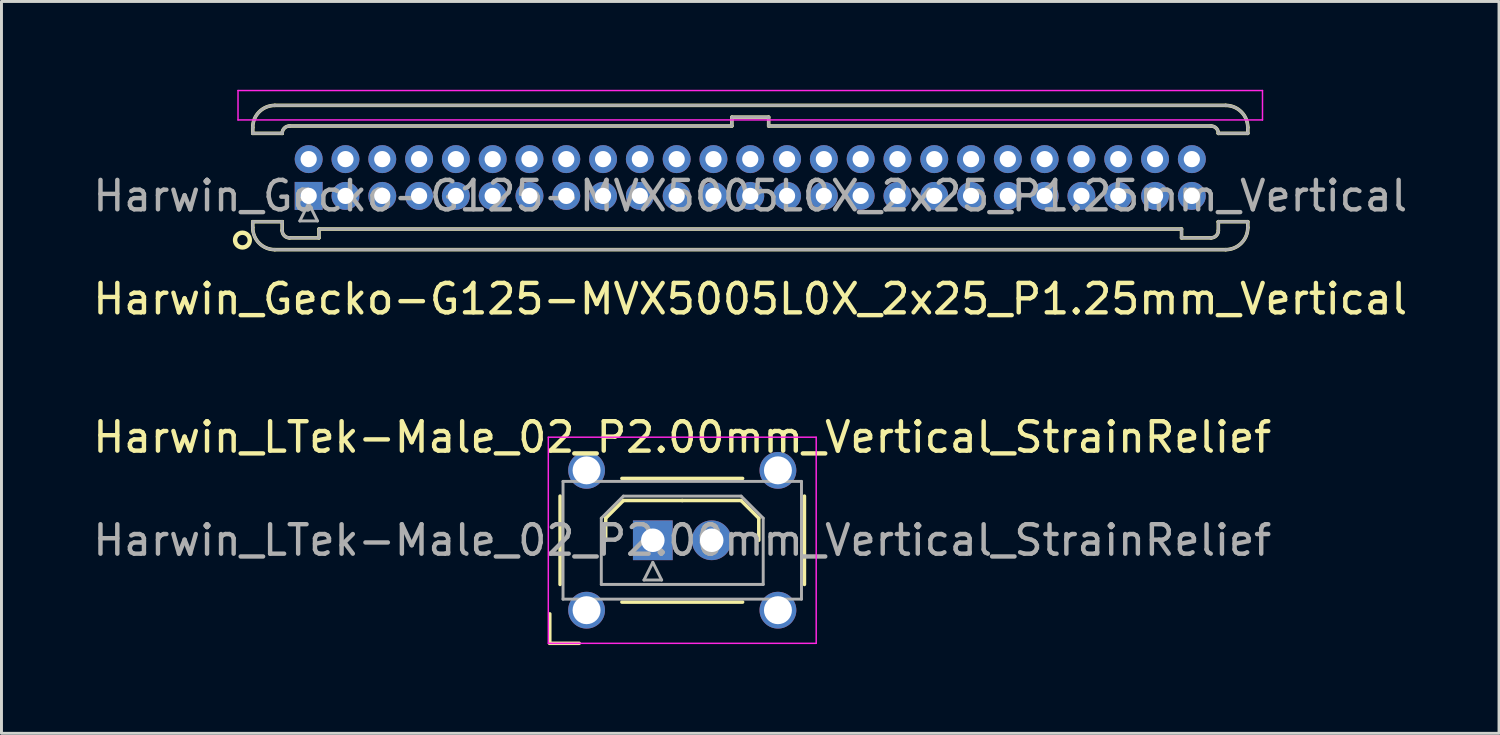
<source format=kicad_pcb>
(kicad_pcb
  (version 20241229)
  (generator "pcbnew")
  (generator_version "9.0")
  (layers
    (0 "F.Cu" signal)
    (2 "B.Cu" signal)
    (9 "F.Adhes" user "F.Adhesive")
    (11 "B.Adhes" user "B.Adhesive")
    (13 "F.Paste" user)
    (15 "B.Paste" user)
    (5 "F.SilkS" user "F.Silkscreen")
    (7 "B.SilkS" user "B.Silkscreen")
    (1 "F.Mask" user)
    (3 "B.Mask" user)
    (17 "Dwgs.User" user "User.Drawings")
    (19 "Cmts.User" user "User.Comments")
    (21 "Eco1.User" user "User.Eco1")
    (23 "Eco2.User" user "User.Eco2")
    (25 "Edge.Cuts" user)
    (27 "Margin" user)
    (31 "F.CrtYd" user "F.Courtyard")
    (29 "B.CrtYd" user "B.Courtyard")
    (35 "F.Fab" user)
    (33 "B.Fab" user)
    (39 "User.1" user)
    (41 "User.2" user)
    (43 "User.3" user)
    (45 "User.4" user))
  (footprint "Harwin_Gecko-G125-MVX5005L0X_2x25_P1.25mm_Vertical"
    (layer "F.Cu")
    (at 7.435 3.605)
    (property "Reference" "Harwin_Gecko-G125-MVX5005L0X_2x25_P1.25mm_Vertical" (at 15 3.5 0) (layer "F.SilkS") (effects (font (size 1 1) (thickness 0.15))))
    (attr through_hole)
    (fp_line (start -1.9 -2.325) (end -1.9 -2.125) (stroke (width 0.12) (type solid)) (layer "F.SilkS"))
    (fp_line (start -1.9 -2.125) (end -0.9 -2.125) (stroke (width 0.12) (type solid)) (layer "F.SilkS"))
    (fp_line (start -1.9 0.875) (end -0.9 0.875) (stroke (width 0.12) (type solid)) (layer "F.SilkS"))
    (fp_line (start -1.9 1.075) (end -1.9 0.875) (stroke (width 0.12) (type solid)) (layer "F.SilkS"))
    (fp_line (start -1.15 -3.075) (end 31.15 -3.075) (stroke (width 0.12) (type solid)) (layer "F.SilkS"))
    (fp_line (start -1.15 1.825) (end 31.15 1.825) (stroke (width 0.12) (type solid)) (layer "F.SilkS"))
    (fp_line (start -0.9 -2.125) (end -0.9 -2.125) (stroke (width 0.12) (type solid)) (layer "F.SilkS"))
    (fp_line (start -0.9 0.875) (end -0.9 0.875) (stroke (width 0.12) (type solid)) (layer "F.SilkS"))
    (fp_line (start -0.9 1.175) (end -0.9 0.875) (stroke (width 0.12) (type solid)) (layer "F.SilkS"))
    (fp_line (start -0.65 -2.375) (end 14.375 -2.375) (stroke (width 0.12) (type solid)) (layer "F.SilkS"))
    (fp_line (start -0.65 1.425) (end 0.35 1.425) (stroke (width 0.12) (type solid)) (layer "F.SilkS"))
    (fp_line (start 0.35 1.125) (end 29.65 1.125) (stroke (width 0.12) (type solid)) (layer "F.SilkS"))
    (fp_line (start 0.35 1.425) (end 0.35 1.125) (stroke (width 0.12) (type solid)) (layer "F.SilkS"))
    (fp_line (start 14.375 -2.675) (end 15.625 -2.675) (stroke (width 0.12) (type solid)) (layer "F.SilkS"))
    (fp_line (start 14.375 -2.375) (end 14.375 -2.675) (stroke (width 0.12) (type solid)) (layer "F.SilkS"))
    (fp_line (start 15.625 -2.675) (end 15.625 -2.375) (stroke (width 0.12) (type solid)) (layer "F.SilkS"))
    (fp_line (start 15.625 -2.375) (end 30.65 -2.375) (stroke (width 0.12) (type solid)) (layer "F.SilkS"))
    (fp_line (start 29.65 1.125) (end 29.65 1.425) (stroke (width 0.12) (type solid)) (layer "F.SilkS"))
    (fp_line (start 29.65 1.425) (end 30.65 1.425) (stroke (width 0.12) (type solid)) (layer "F.SilkS"))
    (fp_line (start 30.9 -2.125) (end 30.9 -2.125) (stroke (width 0.12) (type solid)) (layer "F.SilkS"))
    (fp_line (start 30.9 0.875) (end 30.9 0.875) (stroke (width 0.12) (type solid)) (layer "F.SilkS"))
    (fp_line (start 30.9 1.175) (end 30.9 0.875) (stroke (width 0.12) (type solid)) (layer "F.SilkS"))
    (fp_line (start 31.9 -2.325) (end 31.9 -2.125) (stroke (width 0.12) (type solid)) (layer "F.SilkS"))
    (fp_line (start 31.9 -2.125) (end 30.9 -2.125) (stroke (width 0.12) (type solid)) (layer "F.SilkS"))
    (fp_line (start 31.9 0.875) (end 30.9 0.875) (stroke (width 0.12) (type solid)) (layer "F.SilkS"))
    (fp_line (start 31.9 1.075) (end 31.9 0.875) (stroke (width 0.12) (type solid)) (layer "F.SilkS"))
    (fp_arc (start -1.9 -2.325) (mid -1.68033 -2.85533) (end -1.15 -3.075) (stroke (width 0.12) (type solid)) (layer "F.SilkS"))
    (fp_arc (start -1.15 1.825) (mid -1.68033 1.60533) (end -1.9 1.075) (stroke (width 0.12) (type solid)) (layer "F.SilkS"))
    (fp_arc (start -0.9 -2.125) (mid -0.826777 -2.301777) (end -0.65 -2.375) (stroke (width 0.12) (type solid)) (layer "F.SilkS"))
    (fp_arc (start -0.65 1.425) (mid -0.826777 1.351777) (end -0.9 1.175) (stroke (width 0.12) (type solid)) (layer "F.SilkS"))
    (fp_arc (start 30.65 -2.375) (mid 30.826777 -2.301777) (end 30.9 -2.125) (stroke (width 0.12) (type solid)) (layer "F.SilkS"))
    (fp_arc (start 30.9 1.175) (mid 30.826777 1.351777) (end 30.65 1.425) (stroke (width 0.12) (type solid)) (layer "F.SilkS"))
    (fp_arc (start 31.15 -3.075) (mid 31.68033 -2.85533) (end 31.9 -2.325) (stroke (width 0.12) (type solid)) (layer "F.SilkS"))
    (fp_arc (start 31.9 1.075) (mid 31.68033 1.60533) (end 31.15 1.825) (stroke (width 0.12) (type solid)) (layer "F.SilkS"))
    (fp_circle (center -2.25 1.5) (end -2 1.5) (stroke (width 0.15) (type solid)) (fill no) (layer "F.SilkS"))
    (fp_line (start -2.4 -3.58) (end -2.4 -2.58) (stroke (width 0.05) (type solid)) (layer "F.CrtYd"))
    (fp_line (start -2.4 -2.58) (end 32.4 -2.58) (stroke (width 0.05) (type solid)) (layer "F.CrtYd"))
    (fp_line (start 32.4 -3.58) (end -2.4 -3.58) (stroke (width 0.05) (type solid)) (layer "F.CrtYd"))
    (fp_line (start 32.4 -2.58) (end 32.4 -3.58) (stroke (width 0.05) (type solid)) (layer "F.CrtYd"))
    (fp_line (start -1.9 -2.325) (end -1.9 -2.125) (stroke (width 0.1) (type solid)) (layer "F.Fab"))
    (fp_line (start -1.9 -2.125) (end -0.9 -2.125) (stroke (width 0.1) (type solid)) (layer "F.Fab"))
    (fp_line (start -1.9 0.875) (end -0.9 0.875) (stroke (width 0.1) (type solid)) (layer "F.Fab"))
    (fp_line (start -1.9 1.075) (end -1.9 0.875) (stroke (width 0.1) (type solid)) (layer "F.Fab"))
    (fp_line (start -1.15 -3.075) (end 31.15 -3.075) (stroke (width 0.1) (type solid)) (layer "F.Fab"))
    (fp_line (start -1.15 1.825) (end 31.15 1.825) (stroke (width 0.1) (type solid)) (layer "F.Fab"))
    (fp_line (start -0.9 -2.125) (end -0.9 -2.125) (stroke (width 0.1) (type solid)) (layer "F.Fab"))
    (fp_line (start -0.9 0.875) (end -0.9 0.875) (stroke (width 0.1) (type solid)) (layer "F.Fab"))
    (fp_line (start -0.9 1.175) (end -0.9 0.875) (stroke (width 0.1) (type solid)) (layer "F.Fab"))
    (fp_line (start -0.65 -2.375) (end 14.375 -2.375) (stroke (width 0.1) (type solid)) (layer "F.Fab"))
    (fp_line (start -0.65 1.425) (end 0.35 1.425) (stroke (width 0.1) (type solid)) (layer "F.Fab"))
    (fp_line (start -0.3 0.85) (end 0.3 0.85) (stroke (width 0.1) (type solid)) (layer "F.Fab"))
    (fp_line (start 0 0.25) (end -0.3 0.85) (stroke (width 0.1) (type solid)) (layer "F.Fab"))
    (fp_line (start 0.3 0.85) (end 0 0.25) (stroke (width 0.1) (type solid)) (layer "F.Fab"))
    (fp_line (start 0.35 1.125) (end 29.65 1.125) (stroke (width 0.1) (type solid)) (layer "F.Fab"))
    (fp_line (start 0.35 1.425) (end 0.35 1.125) (stroke (width 0.1) (type solid)) (layer "F.Fab"))
    (fp_line (start 14.375 -2.675) (end 15.625 -2.675) (stroke (width 0.1) (type solid)) (layer "F.Fab"))
    (fp_line (start 14.375 -2.375) (end 14.375 -2.675) (stroke (width 0.1) (type solid)) (layer "F.Fab"))
    (fp_line (start 15.625 -2.675) (end 15.625 -2.375) (stroke (width 0.1) (type solid)) (layer "F.Fab"))
    (fp_line (start 15.625 -2.375) (end 30.65 -2.375) (stroke (width 0.1) (type solid)) (layer "F.Fab"))
    (fp_line (start 29.65 1.125) (end 29.65 1.425) (stroke (width 0.1) (type solid)) (layer "F.Fab"))
    (fp_line (start 29.65 1.425) (end 30.65 1.425) (stroke (width 0.1) (type solid)) (layer "F.Fab"))
    (fp_line (start 30.9 -2.125) (end 30.9 -2.125) (stroke (width 0.1) (type solid)) (layer "F.Fab"))
    (fp_line (start 30.9 0.875) (end 30.9 0.875) (stroke (width 0.1) (type solid)) (layer "F.Fab"))
    (fp_line (start 30.9 1.175) (end 30.9 0.875) (stroke (width 0.1) (type solid)) (layer "F.Fab"))
    (fp_line (start 31.9 -2.325) (end 31.9 -2.125) (stroke (width 0.1) (type solid)) (layer "F.Fab"))
    (fp_line (start 31.9 -2.125) (end 30.9 -2.125) (stroke (width 0.1) (type solid)) (layer "F.Fab"))
    (fp_line (start 31.9 0.875) (end 30.9 0.875) (stroke (width 0.1) (type solid)) (layer "F.Fab"))
    (fp_line (start 31.9 1.075) (end 31.9 0.875) (stroke (width 0.1) (type solid)) (layer "F.Fab"))
    (fp_arc (start -1.9 -2.325) (mid -1.68033 -2.85533) (end -1.15 -3.075) (stroke (width 0.1) (type solid)) (layer "F.Fab"))
    (fp_arc (start -1.15 1.825) (mid -1.68033 1.60533) (end -1.9 1.075) (stroke (width 0.1) (type solid)) (layer "F.Fab"))
    (fp_arc (start -0.9 -2.125) (mid -0.826777 -2.301777) (end -0.65 -2.375) (stroke (width 0.1) (type solid)) (layer "F.Fab"))
    (fp_arc (start -0.65 1.425) (mid -0.826777 1.351777) (end -0.9 1.175) (stroke (width 0.1) (type solid)) (layer "F.Fab"))
    (fp_arc (start 30.65 -2.375) (mid 30.826777 -2.301777) (end 30.9 -2.125) (stroke (width 0.1) (type solid)) (layer "F.Fab"))
    (fp_arc (start 30.9 1.175) (mid 30.826777 1.351777) (end 30.65 1.425) (stroke (width 0.1) (type solid)) (layer "F.Fab"))
    (fp_arc (start 31.15 -3.075) (mid 31.68033 -2.85533) (end 31.9 -2.325) (stroke (width 0.1) (type solid)) (layer "F.Fab"))
    (fp_arc (start 31.9 1.075) (mid 31.68033 1.60533) (end 31.15 1.825) (stroke (width 0.1) (type solid)) (layer "F.Fab"))
    (fp_text user "${REFERENCE}" (at 15 0 0) (layer "F.Fab") (effects (font (size 1 1) (thickness 0.15))))
    (pad "1" thru_hole rect (at 0 0) (size 0.95 0.95) (drill 0.55) (layers "*.Cu" "*.Mask"))
    (pad "2" thru_hole circle (at 0 -1.25) (size 0.95 0.95) (drill 0.55) (layers "*.Cu" "*.Mask"))
    (pad "3" thru_hole circle (at 1.25 0) (size 0.95 0.95) (drill 0.55) (layers "*.Cu" "*.Mask"))
    (pad "4" thru_hole circle (at 1.25 -1.25) (size 0.95 0.95) (drill 0.55) (layers "*.Cu" "*.Mask"))
    (pad "5" thru_hole circle (at 2.5 0) (size 0.95 0.95) (drill 0.55) (layers "*.Cu" "*.Mask"))
    (pad "6" thru_hole circle (at 2.5 -1.25) (size 0.95 0.95) (drill 0.55) (layers "*.Cu" "*.Mask"))
    (pad "7" thru_hole circle (at 3.75 0) (size 0.95 0.95) (drill 0.55) (layers "*.Cu" "*.Mask"))
    (pad "8" thru_hole circle (at 3.75 -1.25) (size 0.95 0.95) (drill 0.55) (layers "*.Cu" "*.Mask"))
    (pad "9" thru_hole circle (at 5 0) (size 0.95 0.95) (drill 0.55) (layers "*.Cu" "*.Mask"))
    (pad "10" thru_hole circle (at 5 -1.25) (size 0.95 0.95) (drill 0.55) (layers "*.Cu" "*.Mask"))
    (pad "11" thru_hole circle (at 6.25 0) (size 0.95 0.95) (drill 0.55) (layers "*.Cu" "*.Mask"))
    (pad "12" thru_hole circle (at 6.25 -1.25) (size 0.95 0.95) (drill 0.55) (layers "*.Cu" "*.Mask"))
    (pad "13" thru_hole circle (at 7.5 0) (size 0.95 0.95) (drill 0.55) (layers "*.Cu" "*.Mask"))
    (pad "14" thru_hole circle (at 7.5 -1.25) (size 0.95 0.95) (drill 0.55) (layers "*.Cu" "*.Mask"))
    (pad "15" thru_hole circle (at 8.75 0) (size 0.95 0.95) (drill 0.55) (layers "*.Cu" "*.Mask"))
    (pad "16" thru_hole circle (at 8.75 -1.25) (size 0.95 0.95) (drill 0.55) (layers "*.Cu" "*.Mask"))
    (pad "17" thru_hole circle (at 10 0) (size 0.95 0.95) (drill 0.55) (layers "*.Cu" "*.Mask"))
    (pad "18" thru_hole circle (at 10 -1.25) (size 0.95 0.95) (drill 0.55) (layers "*.Cu" "*.Mask"))
    (pad "19" thru_hole circle (at 11.25 0) (size 0.95 0.95) (drill 0.55) (layers "*.Cu" "*.Mask"))
    (pad "20" thru_hole circle (at 11.25 -1.25) (size 0.95 0.95) (drill 0.55) (layers "*.Cu" "*.Mask"))
    (pad "21" thru_hole circle (at 12.5 0) (size 0.95 0.95) (drill 0.55) (layers "*.Cu" "*.Mask"))
    (pad "22" thru_hole circle (at 12.5 -1.25) (size 0.95 0.95) (drill 0.55) (layers "*.Cu" "*.Mask"))
    (pad "23" thru_hole circle (at 13.75 0) (size 0.95 0.95) (drill 0.55) (layers "*.Cu" "*.Mask"))
    (pad "24" thru_hole circle (at 13.75 -1.25) (size 0.95 0.95) (drill 0.55) (layers "*.Cu" "*.Mask"))
    (pad "25" thru_hole circle (at 15 0) (size 0.95 0.95) (drill 0.55) (layers "*.Cu" "*.Mask"))
    (pad "26" thru_hole circle (at 15 -1.25) (size 0.95 0.95) (drill 0.55) (layers "*.Cu" "*.Mask"))
    (pad "27" thru_hole circle (at 16.25 0) (size 0.95 0.95) (drill 0.55) (layers "*.Cu" "*.Mask"))
    (pad "28" thru_hole circle (at 16.25 -1.25) (size 0.95 0.95) (drill 0.55) (layers "*.Cu" "*.Mask"))
    (pad "29" thru_hole circle (at 17.5 0) (size 0.95 0.95) (drill 0.55) (layers "*.Cu" "*.Mask"))
    (pad "30" thru_hole circle (at 17.5 -1.25) (size 0.95 0.95) (drill 0.55) (layers "*.Cu" "*.Mask"))
    (pad "31" thru_hole circle (at 18.75 0) (size 0.95 0.95) (drill 0.55) (layers "*.Cu" "*.Mask"))
    (pad "32" thru_hole circle (at 18.75 -1.25) (size 0.95 0.95) (drill 0.55) (layers "*.Cu" "*.Mask"))
    (pad "33" thru_hole circle (at 20 0) (size 0.95 0.95) (drill 0.55) (layers "*.Cu" "*.Mask"))
    (pad "34" thru_hole circle (at 20 -1.25) (size 0.95 0.95) (drill 0.55) (layers "*.Cu" "*.Mask"))
    (pad "35" thru_hole circle (at 21.25 0) (size 0.95 0.95) (drill 0.55) (layers "*.Cu" "*.Mask"))
    (pad "36" thru_hole circle (at 21.25 -1.25) (size 0.95 0.95) (drill 0.55) (layers "*.Cu" "*.Mask"))
    (pad "37" thru_hole circle (at 22.5 0) (size 0.95 0.95) (drill 0.55) (layers "*.Cu" "*.Mask"))
    (pad "38" thru_hole circle (at 22.5 -1.25) (size 0.95 0.95) (drill 0.55) (layers "*.Cu" "*.Mask"))
    (pad "39" thru_hole circle (at 23.75 0) (size 0.95 0.95) (drill 0.55) (layers "*.Cu" "*.Mask"))
    (pad "40" thru_hole circle (at 23.75 -1.25) (size 0.95 0.95) (drill 0.55) (layers "*.Cu" "*.Mask"))
    (pad "41" thru_hole circle (at 25 0) (size 0.95 0.95) (drill 0.55) (layers "*.Cu" "*.Mask"))
    (pad "42" thru_hole circle (at 25 -1.25) (size 0.95 0.95) (drill 0.55) (layers "*.Cu" "*.Mask"))
    (pad "43" thru_hole circle (at 26.25 0) (size 0.95 0.95) (drill 0.55) (layers "*.Cu" "*.Mask"))
    (pad "44" thru_hole circle (at 26.25 -1.25) (size 0.95 0.95) (drill 0.55) (layers "*.Cu" "*.Mask"))
    (pad "45" thru_hole circle (at 27.5 0) (size 0.95 0.95) (drill 0.55) (layers "*.Cu" "*.Mask"))
    (pad "46" thru_hole circle (at 27.5 -1.25) (size 0.95 0.95) (drill 0.55) (layers "*.Cu" "*.Mask"))
    (pad "47" thru_hole circle (at 28.75 0) (size 0.95 0.95) (drill 0.55) (layers "*.Cu" "*.Mask"))
    (pad "48" thru_hole circle (at 28.75 -1.25) (size 0.95 0.95) (drill 0.55) (layers "*.Cu" "*.Mask"))
    (pad "49" thru_hole circle (at 30 0) (size 0.95 0.95) (drill 0.55) (layers "*.Cu" "*.Mask"))
    (pad "50" thru_hole circle (at 30 -1.25) (size 0.95 0.95) (drill 0.55) (layers "*.Cu" "*.Mask")))
  (footprint "Harwin_LTek-Male_02_P2.00mm_Vertical_StrainRelief"
    (layer "F.Cu")
    (at 19.125 15.302)
    (property "Reference" "Harwin_LTek-Male_02_P2.00mm_Vertical_StrainRelief" (at 1 -3.5 0) (layer "F.SilkS") (effects (font (size 1 1) (thickness 0.15))))
    (attr through_hole)
    (fp_line (start -3.5 2.5) (end -3.5 3.5) (stroke (width 0.12) (type solid)) (layer "F.SilkS"))
    (fp_line (start -3.5 3.5) (end -2.5 3.5) (stroke (width 0.12) (type solid)) (layer "F.SilkS"))
    (fp_line (start -3.15 -1.5) (end -3.15 1.5) (stroke (width 0.12) (type solid)) (layer "F.SilkS"))
    (fp_line (start -1.6 -0.75) (end -1 -1.35) (stroke (width 0.12) (type solid)) (layer "F.SilkS"))
    (fp_line (start -1.6 0) (end -1.6 -0.75) (stroke (width 0.12) (type solid)) (layer "F.SilkS"))
    (fp_line (start -1.05 -2.1) (end 3.05 -2.1) (stroke (width 0.12) (type solid)) (layer "F.SilkS"))
    (fp_line (start -1.05 2.1) (end 3.05 2.1) (stroke (width 0.12) (type solid)) (layer "F.SilkS"))
    (fp_line (start -1 -1.35) (end 1 -1.35) (stroke (width 0.12) (type solid)) (layer "F.SilkS"))
    (fp_line (start 3 -1.35) (end 1 -1.35) (stroke (width 0.12) (type solid)) (layer "F.SilkS"))
    (fp_line (start 3.6 -0.75) (end 3 -1.35) (stroke (width 0.12) (type solid)) (layer "F.SilkS"))
    (fp_line (start 3.6 0) (end 3.6 -0.75) (stroke (width 0.12) (type solid)) (layer "F.SilkS"))
    (fp_line (start 5.15 -1.5) (end 5.15 1.5) (stroke (width 0.12) (type solid)) (layer "F.SilkS"))
    (fp_line (start -3.55 -3.5) (end -3.55 3.5) (stroke (width 0.05) (type solid)) (layer "F.CrtYd"))
    (fp_line (start -3.55 3.5) (end 5.55 3.5) (stroke (width 0.05) (type solid)) (layer "F.CrtYd"))
    (fp_line (start 5.55 -3.5) (end -3.55 -3.5) (stroke (width 0.05) (type solid)) (layer "F.CrtYd"))
    (fp_line (start 5.55 3.5) (end 5.55 -3.5) (stroke (width 0.05) (type solid)) (layer "F.CrtYd"))
    (fp_line (start -3.05 -2) (end -3.05 2) (stroke (width 0.1) (type solid)) (layer "F.Fab"))
    (fp_line (start -3.05 2) (end 5.05 2) (stroke (width 0.1) (type solid)) (layer "F.Fab"))
    (fp_line (start -1.75 -0.75) (end -1 -1.5) (stroke (width 0.1) (type solid)) (layer "F.Fab"))
    (fp_line (start -1.75 1.5) (end -1.75 -0.75) (stroke (width 0.1) (type solid)) (layer "F.Fab"))
    (fp_line (start -1 -1.5) (end 3 -1.5) (stroke (width 0.1) (type solid)) (layer "F.Fab"))
    (fp_line (start -0.3 1.35) (end 0.3 1.35) (stroke (width 0.1) (type solid)) (layer "F.Fab"))
    (fp_line (start 0 0.75) (end -0.3 1.35) (stroke (width 0.1) (type solid)) (layer "F.Fab"))
    (fp_line (start 0.3 1.35) (end 0 0.75) (stroke (width 0.1) (type solid)) (layer "F.Fab"))
    (fp_line (start 3 -1.5) (end 3.75 -0.75) (stroke (width 0.1) (type solid)) (layer "F.Fab"))
    (fp_line (start 3.75 -0.75) (end 3.75 1.5) (stroke (width 0.1) (type solid)) (layer "F.Fab"))
    (fp_line (start 3.75 1.5) (end -1.75 1.5) (stroke (width 0.1) (type solid)) (layer "F.Fab"))
    (fp_line (start 5.05 -2) (end -3.05 -2) (stroke (width 0.1) (type solid)) (layer "F.Fab"))
    (fp_line (start 5.05 2) (end 5.05 -2) (stroke (width 0.1) (type solid)) (layer "F.Fab"))
    (fp_text user "${REFERENCE}" (at 1 0 0) (layer "F.Fab") (effects (font (size 1 1) (thickness 0.15))))
    (pad "" thru_hole circle (at -2.25 -2.375) (size 1.25 1.25) (drill 0.95) (layers "*.Cu" "*.Mask"))
    (pad "" thru_hole circle (at -2.25 2.375) (size 1.25 1.25) (drill 0.95) (layers "*.Cu" "*.Mask"))
    (pad "" thru_hole circle (at 4.25 -2.375) (size 1.25 1.25) (drill 0.95) (layers "*.Cu" "*.Mask"))
    (pad "" thru_hole circle (at 4.25 2.375) (size 1.25 1.25) (drill 0.95) (layers "*.Cu" "*.Mask"))
    (pad "1" thru_hole rect (at 0 0) (size 1.35 1.35) (drill 0.8) (layers "*.Cu" "*.Mask"))
    (pad "2" thru_hole circle (at 2 0) (size 1.35 1.35) (drill 0.8) (layers "*.Cu" "*.Mask")))
  (gr_rect
    (start -3 -3)
    (end 47.869 21.861)
    (stroke (width 0.1) (type default))
    (fill no)
    (layer "Edge.Cuts")))
</source>
